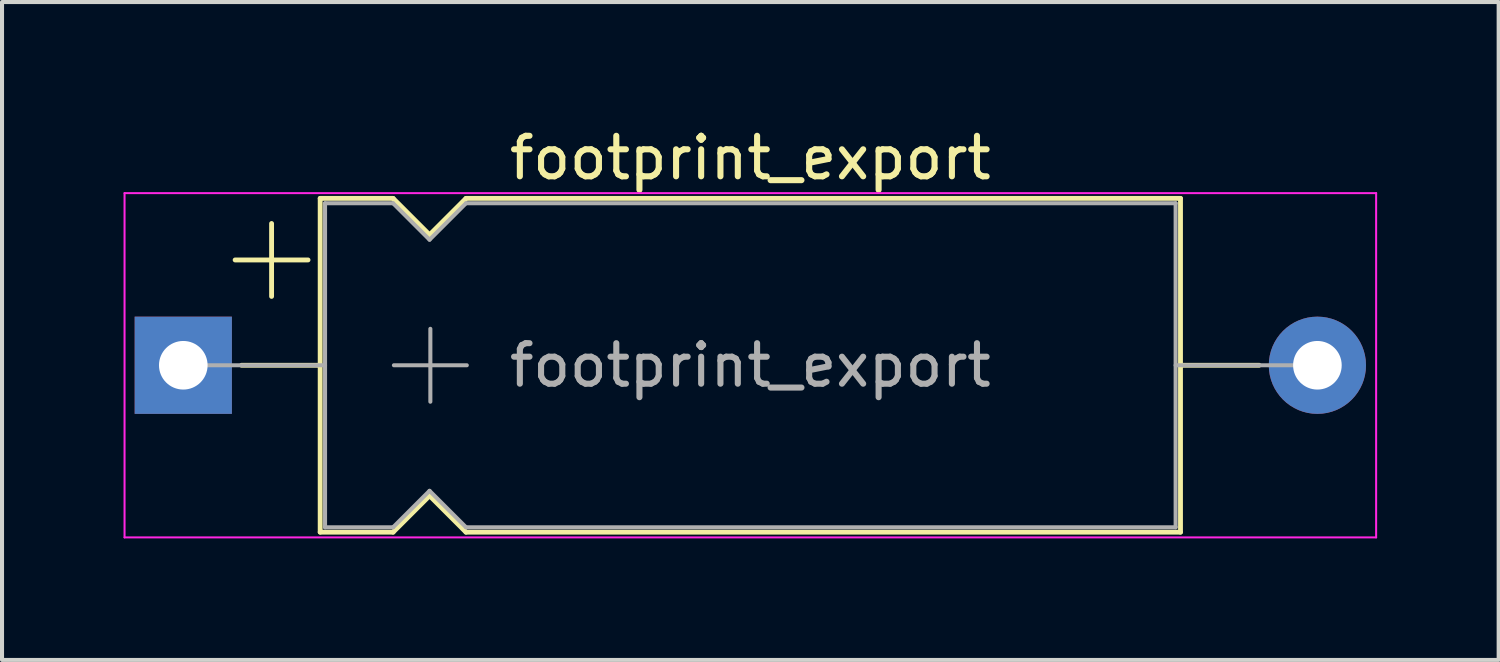
<source format=kicad_pcb>
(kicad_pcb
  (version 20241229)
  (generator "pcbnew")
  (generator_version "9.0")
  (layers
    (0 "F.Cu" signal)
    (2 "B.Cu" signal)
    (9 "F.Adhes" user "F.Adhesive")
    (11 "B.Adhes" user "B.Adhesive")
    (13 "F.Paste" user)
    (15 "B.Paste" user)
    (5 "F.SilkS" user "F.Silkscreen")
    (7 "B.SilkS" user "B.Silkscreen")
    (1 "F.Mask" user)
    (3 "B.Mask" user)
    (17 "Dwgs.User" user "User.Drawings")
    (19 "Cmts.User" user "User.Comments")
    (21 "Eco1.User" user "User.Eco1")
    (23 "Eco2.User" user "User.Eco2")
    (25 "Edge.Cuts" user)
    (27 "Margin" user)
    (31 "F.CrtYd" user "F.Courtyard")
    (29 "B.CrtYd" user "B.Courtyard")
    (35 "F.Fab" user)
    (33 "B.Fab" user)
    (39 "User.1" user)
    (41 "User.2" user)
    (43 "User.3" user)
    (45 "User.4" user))
  (footprint "footprint_export"
    (layer "F.Cu")
    (at 1.475 5.968)
    (property "Reference" "footprint_export" (at 14 -5.12 0) (layer "F.SilkS") (effects (font (size 1 1) (thickness 0.15))))
    (attr through_hole)
    (fp_line (start 1.28 -2.6) (end 3.08 -2.6) (stroke (width 0.12) (type solid)) (layer "F.SilkS"))
    (fp_line (start 1.44 0) (end 3.38 0) (stroke (width 0.12) (type solid)) (layer "F.SilkS"))
    (fp_line (start 2.18 -3.5) (end 2.18 -1.7) (stroke (width 0.12) (type solid)) (layer "F.SilkS"))
    (fp_line (start 3.38 -4.12) (end 3.38 4.12) (stroke (width 0.12) (type solid)) (layer "F.SilkS"))
    (fp_line (start 3.38 -4.12) (end 5.18 -4.12) (stroke (width 0.12) (type solid)) (layer "F.SilkS"))
    (fp_line (start 3.38 4.12) (end 5.18 4.12) (stroke (width 0.12) (type solid)) (layer "F.SilkS"))
    (fp_line (start 5.18 -4.12) (end 6.08 -3.22) (stroke (width 0.12) (type solid)) (layer "F.SilkS"))
    (fp_line (start 5.18 4.12) (end 6.08 3.22) (stroke (width 0.12) (type solid)) (layer "F.SilkS"))
    (fp_line (start 6.08 -3.22) (end 6.98 -4.12) (stroke (width 0.12) (type solid)) (layer "F.SilkS"))
    (fp_line (start 6.08 3.22) (end 6.98 4.12) (stroke (width 0.12) (type solid)) (layer "F.SilkS"))
    (fp_line (start 6.98 -4.12) (end 24.62 -4.12) (stroke (width 0.12) (type solid)) (layer "F.SilkS"))
    (fp_line (start 6.98 4.12) (end 24.62 4.12) (stroke (width 0.12) (type solid)) (layer "F.SilkS"))
    (fp_line (start 24.62 -4.12) (end 24.62 4.12) (stroke (width 0.12) (type solid)) (layer "F.SilkS"))
    (fp_line (start 26.56 0) (end 24.62 0) (stroke (width 0.12) (type solid)) (layer "F.SilkS"))
    (fp_line (start -1.45 -4.25) (end -1.45 4.25) (stroke (width 0.05) (type solid)) (layer "F.CrtYd"))
    (fp_line (start -1.45 4.25) (end 29.45 4.25) (stroke (width 0.05) (type solid)) (layer "F.CrtYd"))
    (fp_line (start 29.45 -4.25) (end -1.45 -4.25) (stroke (width 0.05) (type solid)) (layer "F.CrtYd"))
    (fp_line (start 29.45 4.25) (end 29.45 -4.25) (stroke (width 0.05) (type solid)) (layer "F.CrtYd"))
    (fp_line (start 0 0) (end 3.5 0) (stroke (width 0.1) (type solid)) (layer "F.Fab"))
    (fp_line (start 3.5 -4) (end 3.5 4) (stroke (width 0.1) (type solid)) (layer "F.Fab"))
    (fp_line (start 3.5 -4) (end 5.18 -4) (stroke (width 0.1) (type solid)) (layer "F.Fab"))
    (fp_line (start 3.5 4) (end 5.18 4) (stroke (width 0.1) (type solid)) (layer "F.Fab"))
    (fp_line (start 5.18 -4) (end 6.08 -3.1) (stroke (width 0.1) (type solid)) (layer "F.Fab"))
    (fp_line (start 5.18 4) (end 6.08 3.1) (stroke (width 0.1) (type solid)) (layer "F.Fab"))
    (fp_line (start 5.2 0) (end 7 0) (stroke (width 0.1) (type solid)) (layer "F.Fab"))
    (fp_line (start 6.08 -3.1) (end 6.98 -4) (stroke (width 0.1) (type solid)) (layer "F.Fab"))
    (fp_line (start 6.08 3.1) (end 6.98 4) (stroke (width 0.1) (type solid)) (layer "F.Fab"))
    (fp_line (start 6.1 -0.9) (end 6.1 0.9) (stroke (width 0.1) (type solid)) (layer "F.Fab"))
    (fp_line (start 6.98 -4) (end 24.5 -4) (stroke (width 0.1) (type solid)) (layer "F.Fab"))
    (fp_line (start 6.98 4) (end 24.5 4) (stroke (width 0.1) (type solid)) (layer "F.Fab"))
    (fp_line (start 24.5 -4) (end 24.5 4) (stroke (width 0.1) (type solid)) (layer "F.Fab"))
    (fp_line (start 28 0) (end 24.5 0) (stroke (width 0.1) (type solid)) (layer "F.Fab"))
    (fp_text user "${REFERENCE}" (at 14 0 0) (layer "F.Fab") (effects (font (size 1 1) (thickness 0.15))))
    (pad "1" thru_hole rect (at 0 0) (size 2.4 2.4) (drill 1.2) (layers "*.Cu" "*.Mask"))
    (pad "2" thru_hole oval (at 28 0) (size 2.4 2.4) (drill 1.2) (layers "*.Cu" "*.Mask")))
  (gr_rect
    (start -3 -3)
    (end 33.95 13.243)
    (stroke (width 0.1) (type default))
    (fill no)
    (layer "Edge.Cuts")))
</source>
